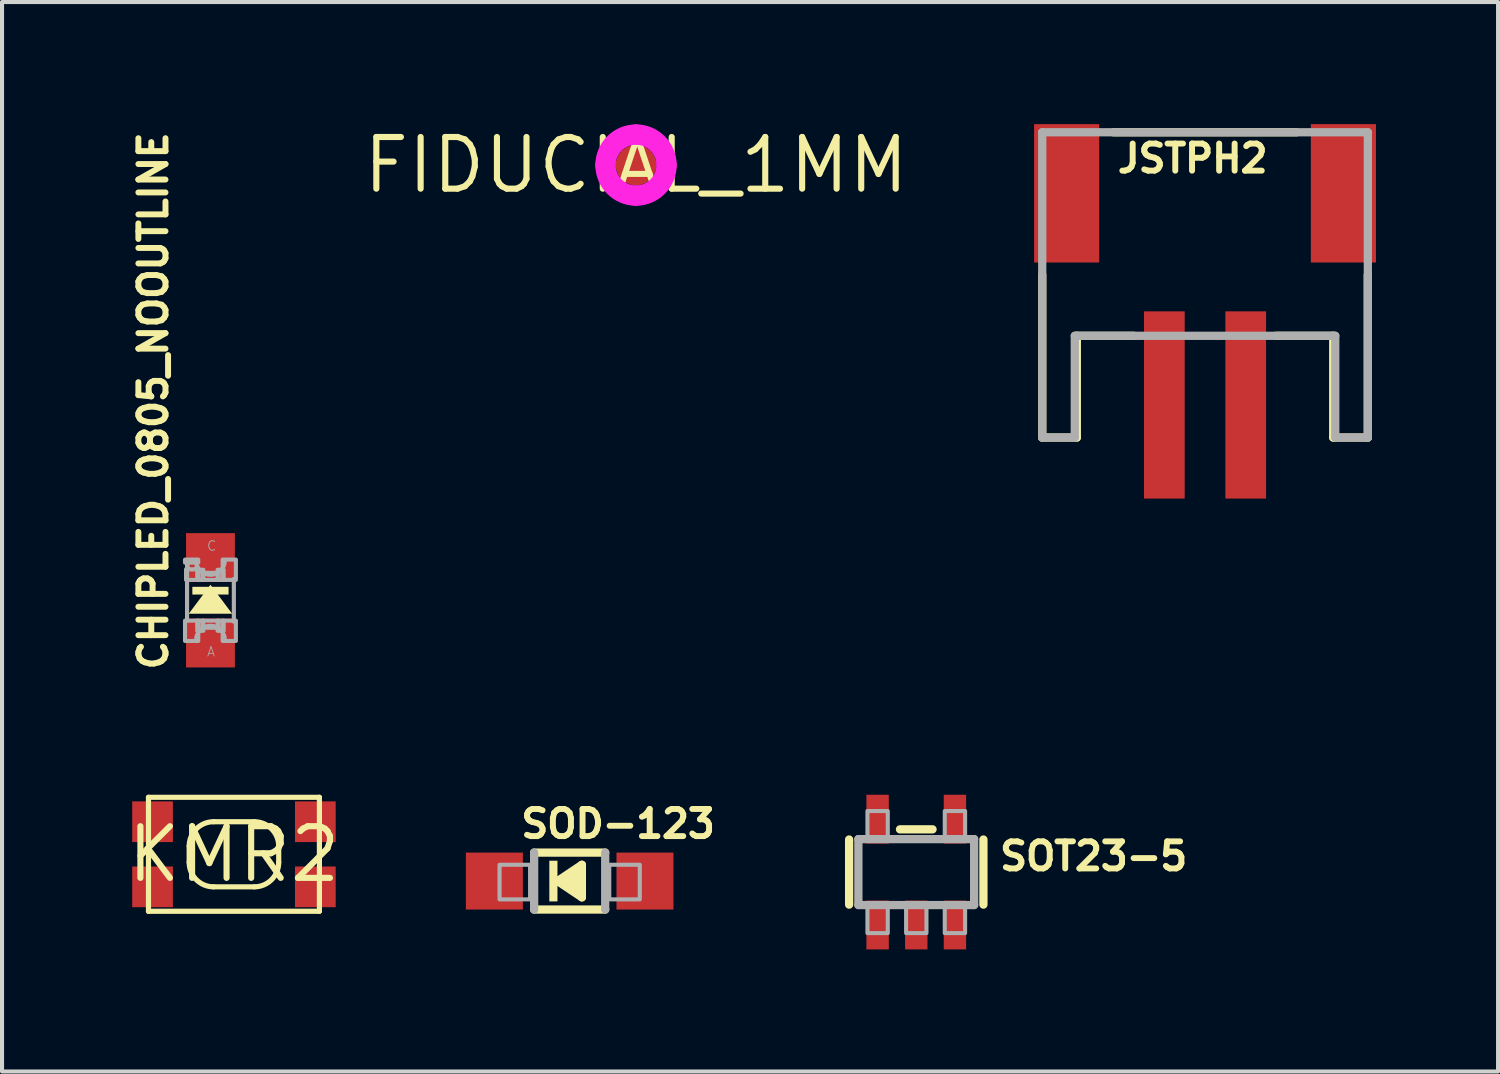
<source format=kicad_pcb>
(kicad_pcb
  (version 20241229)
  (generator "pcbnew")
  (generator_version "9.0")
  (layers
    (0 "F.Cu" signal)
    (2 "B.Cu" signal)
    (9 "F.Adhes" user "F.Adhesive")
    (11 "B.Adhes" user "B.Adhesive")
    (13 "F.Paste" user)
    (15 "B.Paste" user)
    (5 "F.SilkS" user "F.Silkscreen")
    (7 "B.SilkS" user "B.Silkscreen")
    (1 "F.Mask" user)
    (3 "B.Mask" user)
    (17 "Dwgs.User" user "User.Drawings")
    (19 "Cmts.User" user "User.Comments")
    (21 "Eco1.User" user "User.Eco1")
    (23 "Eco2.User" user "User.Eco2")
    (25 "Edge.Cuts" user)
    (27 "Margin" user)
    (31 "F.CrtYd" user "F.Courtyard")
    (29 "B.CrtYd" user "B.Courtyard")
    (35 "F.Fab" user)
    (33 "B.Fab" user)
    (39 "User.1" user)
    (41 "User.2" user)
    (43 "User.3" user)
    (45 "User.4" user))
  (footprint "JSTPH2"
    (layer "F.Cu")
    (at 26.558 3.2)
    (property "Reference" "JSTPH2" (at -2.223 -1.968 0) (layer "F.SilkS") (effects (font (size 0.666 0.666) (thickness 0.146)) (justify left bottom)))
    (fp_line (start -4 4.5) (end -4 0.5) (stroke (width 0.203) (type solid)) (layer "F.SilkS"))
    (fp_line (start -3.15 2) (end -3.15 4.5) (stroke (width 0.203) (type solid)) (layer "F.SilkS"))
    (fp_line (start -3.15 4.5) (end -4 4.5) (stroke (width 0.203) (type solid)) (layer "F.SilkS"))
    (fp_line (start -2.25 -3) (end 2.25 -3) (stroke (width 0.203) (type solid)) (layer "F.SilkS"))
    (fp_line (start -1.75 2) (end -3.15 2) (stroke (width 0.203) (type solid)) (layer "F.SilkS"))
    (fp_line (start 3.15 2) (end 1.75 2) (stroke (width 0.203) (type solid)) (layer "F.SilkS"))
    (fp_line (start 3.15 4.5) (end 3.15 2) (stroke (width 0.203) (type solid)) (layer "F.SilkS"))
    (fp_line (start 4 0.5) (end 4 4.5) (stroke (width 0.203) (type solid)) (layer "F.SilkS"))
    (fp_line (start 4 4.5) (end 3.15 4.5) (stroke (width 0.203) (type solid)) (layer "F.SilkS"))
    (fp_line (start -4 -3) (end 4 -3) (stroke (width 0.203) (type solid)) (layer "F.Fab"))
    (fp_line (start -4 4.5) (end -4 -3) (stroke (width 0.203) (type solid)) (layer "F.Fab"))
    (fp_line (start -3.2 2) (end -3.2 4.5) (stroke (width 0.203) (type solid)) (layer "F.Fab"))
    (fp_line (start -3.2 4.5) (end -4 4.5) (stroke (width 0.203) (type solid)) (layer "F.Fab"))
    (fp_line (start 3.2 2) (end -3.2 2) (stroke (width 0.203) (type solid)) (layer "F.Fab"))
    (fp_line (start 3.2 4.5) (end 3.2 2) (stroke (width 0.203) (type solid)) (layer "F.Fab"))
    (fp_line (start 4 -3) (end 4 4.5) (stroke (width 0.203) (type solid)) (layer "F.Fab"))
    (fp_line (start 4 4.5) (end 3.2 4.5) (stroke (width 0.203) (type solid)) (layer "F.Fab"))
    (pad "1" smd rect (at -1 3.7) (size 1 4.6) (layers "F.Cu" "F.Mask" "F.Paste"))
    (pad "2" smd rect (at 1 3.7) (size 1 4.6) (layers "F.Cu" "F.Mask" "F.Paste"))
    (pad "NC1" smd rect (at -3.4 -1.5 90) (size 3.4 1.6) (layers "F.Cu" "F.Mask" "F.Paste"))
    (pad "NC2" smd rect (at 3.4 -1.5 90) (size 3.4 1.6) (layers "F.Cu" "F.Mask" "F.Paste")))
  (footprint "SOD-123"
    (layer "F.Cu")
    (at 10.947 18.598)
    (property "Reference" "SOD-123" (at -1.27 -1.016 0) (layer "F.SilkS") (effects (font (size 0.666 0.666) (thickness 0.146)) (justify left bottom)))
    (fp_line (start -0.873 -0.7) (end 0.873 -0.7) (stroke (width 0.203) (type solid)) (layer "F.SilkS"))
    (fp_line (start -0.3 0) (end 0.3 -0.4) (stroke (width 0.203) (type solid)) (layer "F.SilkS"))
    (fp_line (start 0.3 -0.4) (end 0.3 0.4) (stroke (width 0.203) (type solid)) (layer "F.SilkS"))
    (fp_line (start 0.3 0.4) (end -0.3 0) (stroke (width 0.203) (type solid)) (layer "F.SilkS"))
    (fp_line (start 0.873 0.7) (end -0.873 0.7) (stroke (width 0.203) (type solid)) (layer "F.SilkS"))
    (fp_poly (pts (xy 0.302 0.39) (xy -0.283 0) (xy 0.302 -0.39)) (stroke (width 0) (type solid)) (fill yes) (layer "F.SilkS"))
    (fp_poly (pts (xy -0.5 0.5) (xy -0.3 0.5) (xy -0.3 -0.5) (xy -0.5 -0.5)) (stroke (width 0) (type solid)) (fill yes) (layer "F.SilkS"))
    (fp_line (start -0.873 0.7) (end -0.873 -0.7) (stroke (width 0.203) (type solid)) (layer "F.Fab"))
    (fp_line (start 0.873 -0.7) (end 0.873 0.7) (stroke (width 0.203) (type solid)) (layer "F.Fab"))
    (fp_poly (pts (xy -1.723 0.45) (xy -0.973 0.45) (xy -0.973 -0.4) (xy -1.723 -0.4)) (stroke (width 0.1) (type solid)) (fill no) (layer "F.Fab"))
    (fp_poly (pts (xy 0.973 0.45) (xy 1.723 0.45) (xy 1.723 -0.4) (xy 0.973 -0.4)) (stroke (width 0.1) (type solid)) (fill no) (layer "F.Fab"))
    (pad "A" smd rect (at 1.85 0 90) (size 1.4 1.4) (layers "F.Cu" "F.Mask" "F.Paste"))
    (pad "C" smd rect (at -1.85 0 90) (size 1.4 1.4) (layers "F.Cu" "F.Mask" "F.Paste")))
  (footprint "FIDUCIAL_1MM"
    (layer "F.Cu")
    (at 12.577 1.006)
    (property "Reference" "FIDUCIAL_1MM" (at 0 0 0) (layer "F.SilkS") (effects (font (size 1.27 1.27) (thickness 0.15))))
    (fp_arc (start -0.75 0) (mid -0.53033 -0.53033) (end 0 -0.75) (stroke (width 0.5) (type solid)) (layer "F.Mask"))
    (fp_arc (start 0 -0.75) (mid 0.53033 -0.53033) (end 0.75 0) (stroke (width 0.5) (type solid)) (layer "F.Mask"))
    (fp_arc (start 0 0.75) (mid -0.53033 0.53033) (end -0.75 0) (stroke (width 0.5) (type solid)) (layer "F.Mask"))
    (fp_arc (start 0.75 0) (mid 0.53033 0.53033) (end 0 0.75) (stroke (width 0.5) (type solid)) (layer "F.Mask"))
    (fp_arc (start -0.75 0) (mid -0.53033 -0.53033) (end 0 -0.75) (stroke (width 0.5) (type solid)) (layer "F.CrtYd"))
    (fp_arc (start 0 -0.75) (mid 0.53033 -0.53033) (end 0.75 0) (stroke (width 0.5) (type solid)) (layer "F.CrtYd"))
    (fp_arc (start 0 0.75) (mid -0.53033 0.53033) (end -0.75 0) (stroke (width 0.5) (type solid)) (layer "F.CrtYd"))
    (fp_arc (start 0.75 0) (mid 0.53033 0.53033) (end 0 0.75) (stroke (width 0.5) (type solid)) (layer "F.CrtYd"))
    (pad "1" smd roundrect (at 0 0) (size 1 1) (layers "F.Cu" "F.Mask") (roundrect_rratio 0.5)))
  (footprint "SOT23-5"
    (layer "F.Cu")
    (at 19.463 18.377)
    (property "Reference" "SOT23-5" (at 1.978 0 0) (layer "F.SilkS") (effects (font (size 0.666 0.666) (thickness 0.146)) (justify left bottom)))
    (fp_line (start -1.65 -0.8) (end -1.65 0.8) (stroke (width 0.203) (type solid)) (layer "F.SilkS"))
    (fp_line (start -0.4 -1.05) (end 0.4 -1.05) (stroke (width 0.203) (type solid)) (layer "F.SilkS"))
    (fp_line (start 1.65 -0.8) (end 1.65 0.8) (stroke (width 0.203) (type solid)) (layer "F.SilkS"))
    (fp_line (start -1.422 -0.81) (end 1.422 -0.81) (stroke (width 0.203) (type solid)) (layer "F.Fab"))
    (fp_line (start -1.422 0.81) (end -1.422 -0.81) (stroke (width 0.203) (type solid)) (layer "F.Fab"))
    (fp_line (start 1.422 -0.81) (end 1.422 0.81) (stroke (width 0.203) (type solid)) (layer "F.Fab"))
    (fp_line (start 1.422 0.81) (end -1.422 0.81) (stroke (width 0.203) (type solid)) (layer "F.Fab"))
    (fp_poly (pts (xy -1.2 -0.85) (xy -0.7 -0.85) (xy -0.7 -1.5) (xy -1.2 -1.5)) (stroke (width 0.1) (type solid)) (fill no) (layer "F.Fab"))
    (fp_poly (pts (xy -1.2 1.5) (xy -0.7 1.5) (xy -0.7 0.85) (xy -1.2 0.85)) (stroke (width 0.1) (type solid)) (fill no) (layer "F.Fab"))
    (fp_poly (pts (xy -0.25 1.5) (xy 0.25 1.5) (xy 0.25 0.85) (xy -0.25 0.85)) (stroke (width 0.1) (type solid)) (fill no) (layer "F.Fab"))
    (fp_poly (pts (xy 0.7 -0.85) (xy 1.2 -0.85) (xy 1.2 -1.5) (xy 0.7 -1.5)) (stroke (width 0.1) (type solid)) (fill no) (layer "F.Fab"))
    (fp_poly (pts (xy 0.7 1.5) (xy 1.2 1.5) (xy 1.2 0.85) (xy 0.7 0.85)) (stroke (width 0.1) (type solid)) (fill no) (layer "F.Fab"))
    (pad "1" smd rect (at -0.95 1.3) (size 0.55 1.2) (layers "F.Cu" "F.Mask" "F.Paste"))
    (pad "2" smd rect (at 0 1.3) (size 0.55 1.2) (layers "F.Cu" "F.Mask" "F.Paste"))
    (pad "3" smd rect (at 0.95 1.3) (size 0.55 1.2) (layers "F.Cu" "F.Mask" "F.Paste"))
    (pad "4" smd rect (at 0.95 -1.3) (size 0.55 1.2) (layers "F.Cu" "F.Mask" "F.Paste"))
    (pad "5" smd rect (at -0.95 -1.3) (size 0.55 1.2) (layers "F.Cu" "F.Mask" "F.Paste")))
  (footprint "KMR2"
    (layer "F.Cu")
    (at 2.698 17.94)
    (property "Reference" "KMR2" (at 0 0 0) (layer "F.SilkS") (effects (font (size 1.27 1.27) (thickness 0.15))))
    (fp_line (start -2.1 -1.4) (end 2.1 -1.4) (stroke (width 0.127) (type solid)) (layer "F.SilkS"))
    (fp_line (start -2.1 1.4) (end -2.1 -1.4) (stroke (width 0.127) (type solid)) (layer "F.SilkS"))
    (fp_line (start -1.1 0.2) (end -1.1 -0.2) (stroke (width 0.127) (type solid)) (layer "F.SilkS"))
    (fp_line (start -0.5 -0.8) (end 0.5 -0.8) (stroke (width 0.127) (type solid)) (layer "F.SilkS"))
    (fp_line (start 0.5 0.8) (end -0.5 0.8) (stroke (width 0.127) (type solid)) (layer "F.SilkS"))
    (fp_line (start 1.1 -0.2) (end 1.1 0.2) (stroke (width 0.127) (type solid)) (layer "F.SilkS"))
    (fp_line (start 2.1 -1.4) (end 2.1 1.4) (stroke (width 0.127) (type solid)) (layer "F.SilkS"))
    (fp_line (start 2.1 1.4) (end -2.1 1.4) (stroke (width 0.127) (type solid)) (layer "F.SilkS"))
    (fp_arc (start -1.1 -0.2) (mid -0.924263 -0.624264) (end -0.499998 -0.8) (stroke (width 0.127) (type solid)) (layer "F.SilkS"))
    (fp_arc (start -0.5 0.8) (mid -0.924264 0.624263) (end -1.1 0.199998) (stroke (width 0.127) (type solid)) (layer "F.SilkS"))
    (fp_arc (start 0.5 -0.8) (mid 0.924264 -0.624263) (end 1.1 -0.199998) (stroke (width 0.127) (type solid)) (layer "F.SilkS"))
    (fp_arc (start 1.1 0.2) (mid 0.924263 0.624264) (end 0.499998 0.8) (stroke (width 0.127) (type solid)) (layer "F.SilkS"))
    (pad "1" smd rect (at 2 -0.8) (size 1 1) (layers "F.Cu" "F.Mask" "F.Paste"))
    (pad "2" smd rect (at 2 0.8) (size 1 1) (layers "F.Cu" "F.Mask" "F.Paste"))
    (pad "3" smd rect (at -2 -0.8) (size 1 1) (layers "F.Cu" "F.Mask" "F.Paste"))
    (pad "4" smd rect (at -2 0.8) (size 1 1) (layers "F.Cu" "F.Mask" "F.Paste")))
  (footprint "CHIPLED_0805_NOOUTLINE"
    (layer "F.Cu")
    (at 2.121 11.699)
    (property "Reference" "CHIPLED_0805_NOOUTLINE" (at -1.016 1.778 90) (layer "F.SilkS") (effects (font (size 0.666 0.666) (thickness 0.146)) (justify left bottom)))
    (fp_poly (pts (xy 0.533 0.33) (xy -0.533 0.33) (xy 0 -0.381)) (stroke (width 0) (type solid)) (fill yes) (layer "F.SilkS"))
    (fp_poly (pts (xy -0.445 -0.141) (xy 0.445 -0.141) (xy 0.445 -0.331) (xy -0.445 -0.331)) (stroke (width 0) (type solid)) (fill yes) (layer "F.SilkS"))
    (fp_line (start -0.575 0.5) (end -0.575 -0.925) (stroke (width 0.102) (type solid)) (layer "F.Fab"))
    (fp_line (start 0.575 -0.525) (end 0.575 0.525) (stroke (width 0.102) (type solid)) (layer "F.Fab"))
    (fp_arc (start -0.35 0.925) (mid -0.000001 0.625027) (end 0.35 0.924998) (stroke (width 0.1016) (type solid)) (layer "F.Fab"))
    (fp_arc (start 0.35 -0.924998) (mid -0.000001 -0.625027) (end -0.35 -0.925) (stroke (width 0.1016) (type solid)) (layer "F.Fab"))
    (fp_circle (center -0.45 -0.85) (end -0.347 -0.85) (stroke (width 0.076) (type solid)) (fill no) (layer "F.Fab"))
    (fp_poly (pts (xy -0.625 -0.925) (xy -0.3 -0.925) (xy -0.3 -1) (xy -0.625 -1)) (stroke (width 0.1) (type solid)) (fill no) (layer "F.Fab"))
    (fp_poly (pts (xy -0.625 1) (xy -0.3 1) (xy -0.3 0.5) (xy -0.625 0.5)) (stroke (width 0.1) (type solid)) (fill no) (layer "F.Fab"))
    (fp_poly (pts (xy -0.6 -0.5) (xy -0.3 -0.5) (xy -0.3 -0.762) (xy -0.6 -0.762)) (stroke (width 0.1) (type solid)) (fill no) (layer "F.Fab"))
    (fp_poly (pts (xy -0.325 -0.5) (xy -0.175 -0.5) (xy -0.175 -0.75) (xy -0.325 -0.75)) (stroke (width 0.1) (type solid)) (fill no) (layer "F.Fab"))
    (fp_poly (pts (xy -0.325 0.75) (xy -0.175 0.75) (xy -0.175 0.5) (xy -0.325 0.5)) (stroke (width 0.1) (type solid)) (fill no) (layer "F.Fab"))
    (fp_poly (pts (xy -0.2 -0.5) (xy 0.2 -0.5) (xy 0.2 -0.675) (xy -0.2 -0.675)) (stroke (width 0.1) (type solid)) (fill no) (layer "F.Fab"))
    (fp_poly (pts (xy -0.2 0.675) (xy 0.2 0.675) (xy 0.2 0.5) (xy -0.2 0.5)) (stroke (width 0.1) (type solid)) (fill no) (layer "F.Fab"))
    (fp_poly (pts (xy 0.175 -0.5) (xy 0.325 -0.5) (xy 0.325 -0.75) (xy 0.175 -0.75)) (stroke (width 0.1) (type solid)) (fill no) (layer "F.Fab"))
    (fp_poly (pts (xy 0.175 0.75) (xy 0.325 0.75) (xy 0.325 0.5) (xy 0.175 0.5)) (stroke (width 0.1) (type solid)) (fill no) (layer "F.Fab"))
    (fp_poly (pts (xy 0.3 -0.5) (xy 0.625 -0.5) (xy 0.625 -1) (xy 0.3 -1)) (stroke (width 0.1) (type solid)) (fill no) (layer "F.Fab"))
    (fp_poly (pts (xy 0.3 1) (xy 0.625 1) (xy 0.625 0.5) (xy 0.3 0.5)) (stroke (width 0.1) (type solid)) (fill no) (layer "F.Fab"))
    (fp_text user "A" (at -0.1 1.4 0) (layer "F.Fab") (effects (font (size 0.234 0.234) (thickness 0.02)) (justify left bottom)))
    (fp_text user "C" (at -0.1 -1.2 0) (layer "F.Fab") (effects (font (size 0.234 0.234) (thickness 0.02)) (justify left bottom)))
    (pad "A" smd rect (at 0 1.05) (size 1.2 1.2) (layers "F.Cu" "F.Mask" "F.Paste"))
    (pad "C" smd rect (at 0 -1.05) (size 1.2 1.2) (layers "F.Cu" "F.Mask" "F.Paste")))
  (gr_rect
    (start -3 -3)
    (end 33.758 23.277)
    (stroke (width 0.1) (type default))
    (fill no)
    (layer "Edge.Cuts")))
</source>
